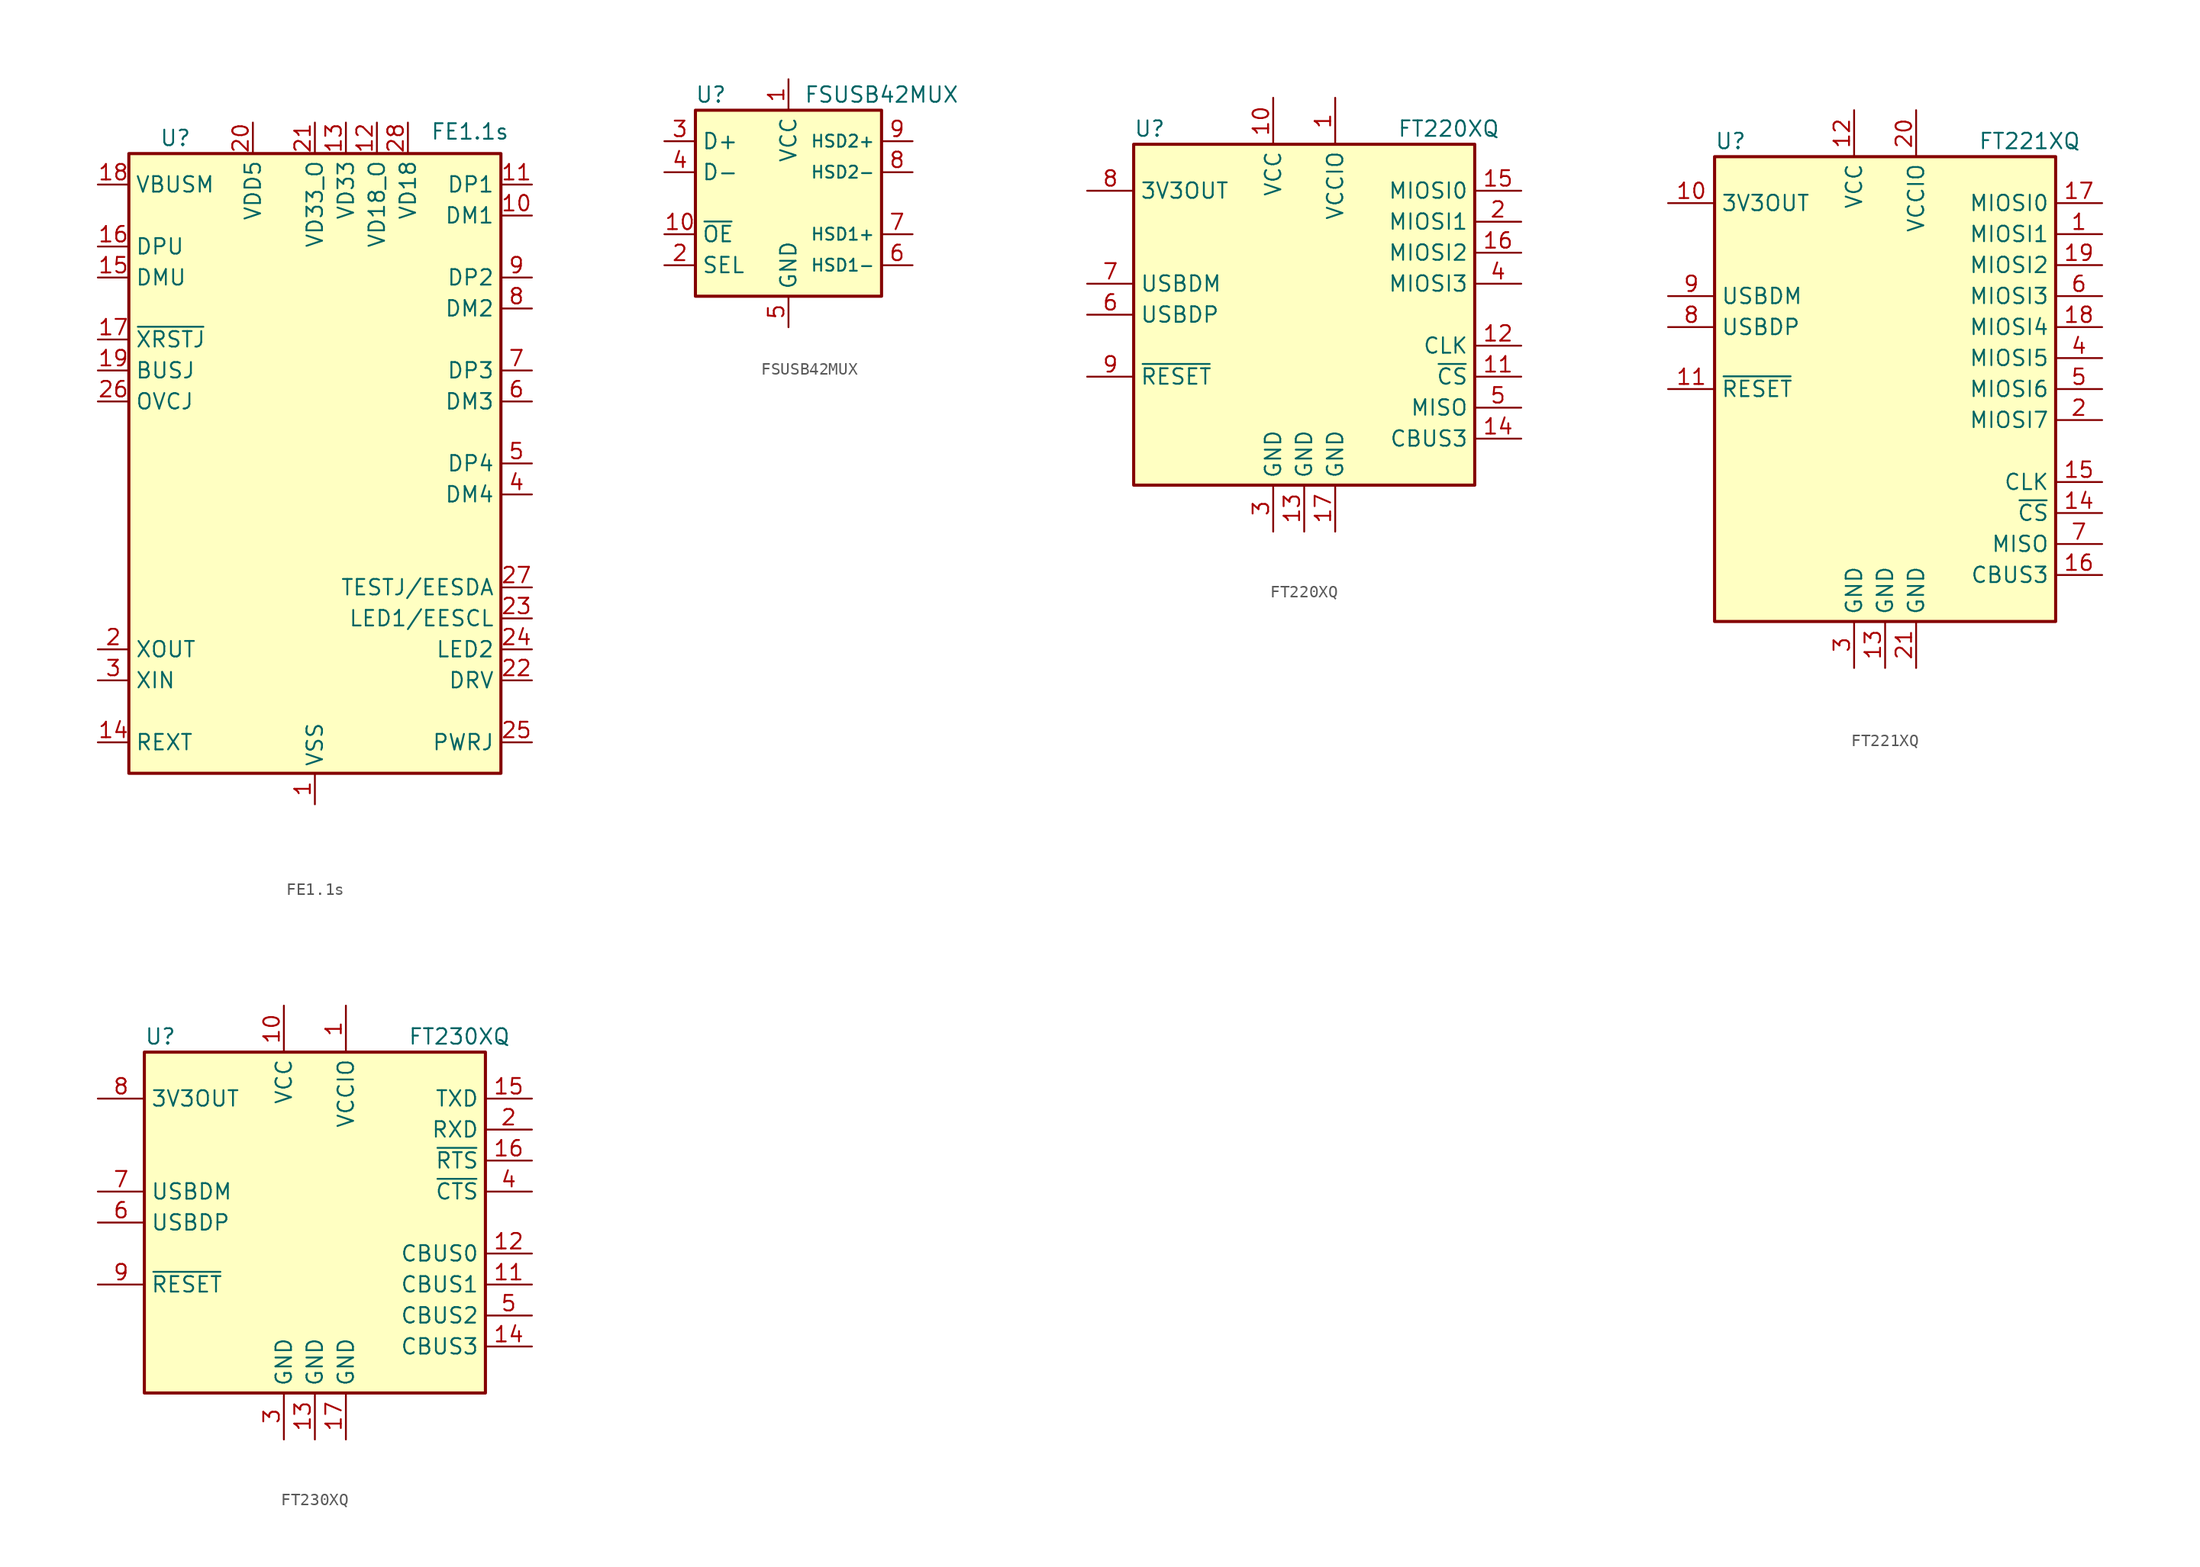
<source format=kicad_sym>
(kicad_symbol_lib
  (version 20220914)
  (generator kicad_symbol_editor)
  (symbol "FE1.1s"
    (property "Reference" "U"
      (at -11.43 26.67 0)
      (effects (font (size 1.27 1.27))))
    (property "Value" "FE1.1s"
      (at 12.7 27.94 0)
      (effects (font (size 1.27 1.27)) (justify top)))
    (symbol "FE1.1s_0_1"
      (rectangle (start -15.24 25.4) (end 15.24 -25.4) (stroke (width 0.254) (type default)) (fill (type background))))
    (symbol "FE1.1s_1_1"
      (pin power_in line (at 0 -27.94 90) (length 2.54) (name "VSS" (effects (font (size 1.27 1.27)))) (number "1" (effects (font (size 1.27 1.27)))))
      (pin bidirectional line (at 17.78 20.32 180) (length 2.54) (name "DM1" (effects (font (size 1.27 1.27)))) (number "10" (effects (font (size 1.27 1.27)))))
      (pin bidirectional line (at 17.78 22.86 180) (length 2.54) (name "DP1" (effects (font (size 1.27 1.27)))) (number "11" (effects (font (size 1.27 1.27)))))
      (pin power_out line (at 5.08 27.94 270) (length 2.54) (name "VD18_O" (effects (font (size 1.27 1.27)))) (number "12" (effects (font (size 1.27 1.27)))))
      (pin power_in line (at 2.54 27.94 270) (length 2.54) (name "VD33" (effects (font (size 1.27 1.27)))) (number "13" (effects (font (size 1.27 1.27)))))
      (pin passive line (at -17.78 -22.86 0) (length 2.54) (name "REXT" (effects (font (size 1.27 1.27)))) (number "14" (effects (font (size 1.27 1.27)))))
      (pin bidirectional line (at -17.78 15.24 0) (length 2.54) (name "DMU" (effects (font (size 1.27 1.27)))) (number "15" (effects (font (size 1.27 1.27)))))
      (pin bidirectional line (at -17.78 17.78 0) (length 2.54) (name "DPU" (effects (font (size 1.27 1.27)))) (number "16" (effects (font (size 1.27 1.27)))))
      (pin input line (at -17.78 10.16 0) (length 2.54) (name "~{XRSTJ}" (effects (font (size 1.27 1.27)))) (number "17" (effects (font (size 1.27 1.27)))))
      (pin input line (at -17.78 22.86 0) (length 2.54) (name "VBUSM" (effects (font (size 1.27 1.27)))) (number "18" (effects (font (size 1.27 1.27)))))
      (pin input line (at -17.78 7.62 0) (length 2.54) (name "BUSJ" (effects (font (size 1.27 1.27)))) (number "19" (effects (font (size 1.27 1.27)))))
      (pin output line (at -17.78 -15.24 0) (length 2.54) (name "XOUT" (effects (font (size 1.27 1.27)))) (number "2" (effects (font (size 1.27 1.27)))))
      (pin power_in line (at -5.08 27.94 270) (length 2.54) (name "VDD5" (effects (font (size 1.27 1.27)))) (number "20" (effects (font (size 1.27 1.27)))))
      (pin power_out line (at 0 27.94 270) (length 2.54) (name "VD33_O" (effects (font (size 1.27 1.27)))) (number "21" (effects (font (size 1.27 1.27)))))
      (pin bidirectional line (at 17.78 -17.78 180) (length 2.54) (name "DRV" (effects (font (size 1.27 1.27)))) (number "22" (effects (font (size 1.27 1.27)))))
      (pin bidirectional line (at 17.78 -12.7 180) (length 2.54) (name "LED1/EESCL" (effects (font (size 1.27 1.27)))) (number "23" (effects (font (size 1.27 1.27)))))
      (pin bidirectional line (at 17.78 -15.24 180) (length 2.54) (name "LED2" (effects (font (size 1.27 1.27)))) (number "24" (effects (font (size 1.27 1.27)))))
      (pin output line (at 17.78 -22.86 180) (length 2.54) (name "PWRJ" (effects (font (size 1.27 1.27)))) (number "25" (effects (font (size 1.27 1.27)))))
      (pin input line (at -17.78 5.08 0) (length 2.54) (name "OVCJ" (effects (font (size 1.27 1.27)))) (number "26" (effects (font (size 1.27 1.27)))))
      (pin bidirectional line (at 17.78 -10.16 180) (length 2.54) (name "TESTJ/EESDA" (effects (font (size 1.27 1.27)))) (number "27" (effects (font (size 1.27 1.27)))))
      (pin power_in line (at 7.62 27.94 270) (length 2.54) (name "VD18" (effects (font (size 1.27 1.27)))) (number "28" (effects (font (size 1.27 1.27)))))
      (pin input line (at -17.78 -17.78 0) (length 2.54) (name "XIN" (effects (font (size 1.27 1.27)))) (number "3" (effects (font (size 1.27 1.27)))))
      (pin bidirectional line (at 17.78 -2.54 180) (length 2.54) (name "DM4" (effects (font (size 1.27 1.27)))) (number "4" (effects (font (size 1.27 1.27)))))
      (pin bidirectional line (at 17.78 0 180) (length 2.54) (name "DP4" (effects (font (size 1.27 1.27)))) (number "5" (effects (font (size 1.27 1.27)))))
      (pin bidirectional line (at 17.78 5.08 180) (length 2.54) (name "DM3" (effects (font (size 1.27 1.27)))) (number "6" (effects (font (size 1.27 1.27)))))
      (pin bidirectional line (at 17.78 7.62 180) (length 2.54) (name "DP3" (effects (font (size 1.27 1.27)))) (number "7" (effects (font (size 1.27 1.27)))))
      (pin bidirectional line (at 17.78 12.7 180) (length 2.54) (name "DM2" (effects (font (size 1.27 1.27)))) (number "8" (effects (font (size 1.27 1.27)))))
      (pin bidirectional line (at 17.78 15.24 180) (length 2.54) (name "DP2" (effects (font (size 1.27 1.27)))) (number "9" (effects (font (size 1.27 1.27)))))))
  (symbol "FSUSB42MUX"
    (property "Reference" "U"
      (at -6.35 8.89 0)
      (effects (font (size 1.27 1.27))))
    (property "Value" "FSUSB42MUX"
      (at 7.62 8.89 0)
      (effects (font (size 1.27 1.27))))
    (symbol "FSUSB42MUX_0_1"
      (rectangle (start 7.62 7.62) (end -7.62 -7.62) (stroke (width 0.254) (type default)) (fill (type background))))
    (symbol "FSUSB42MUX_1_1"
      (pin power_in line (at 0 10.16 270) (length 2.54) (name "VCC" (effects (font (size 1.27 1.27)))) (number "1" (effects (font (size 1.27 1.27)))))
      (pin input line (at -10.16 -2.54 0) (length 2.54) (name "~{OE}" (effects (font (size 1.27 1.27)))) (number "10" (effects (font (size 1.27 1.27)))))
      (pin input line (at -10.16 -5.08 0) (length 2.54) (name "SEL" (effects (font (size 1.27 1.27)))) (number "2" (effects (font (size 1.27 1.27)))))
      (pin bidirectional line (at -10.16 5.08 0) (length 2.54) (name "D+" (effects (font (size 1.27 1.27)))) (number "3" (effects (font (size 1.27 1.27)))))
      (pin bidirectional line (at -10.16 2.54 0) (length 2.54) (name "D-" (effects (font (size 1.27 1.27)))) (number "4" (effects (font (size 1.27 1.27)))))
      (pin power_in line (at 0 -10.16 90) (length 2.54) (name "GND" (effects (font (size 1.27 1.27)))) (number "5" (effects (font (size 1.27 1.27)))))
      (pin bidirectional line (at 10.16 -5.08 180) (length 2.54) (name "HSD1-" (effects (font (size 0.991 0.991)))) (number "6" (effects (font (size 1.27 1.27)))))
      (pin bidirectional line (at 10.16 -2.54 180) (length 2.54) (name "HSD1+" (effects (font (size 0.991 0.991)))) (number "7" (effects (font (size 1.27 1.27)))))
      (pin bidirectional line (at 10.16 2.54 180) (length 2.54) (name "HSD2-" (effects (font (size 0.991 0.991)))) (number "8" (effects (font (size 1.27 1.27)))))
      (pin bidirectional line (at 10.16 5.08 180) (length 2.54) (name "HSD2+" (effects (font (size 0.991 0.991)))) (number "9" (effects (font (size 1.27 1.27)))))))
  (symbol "FT220XQ"
    (property "Reference" "U"
      (at -13.97 15.24 0)
      (effects (font (size 1.27 1.27)) (justify left)))
    (property "Value" "FT220XQ"
      (at 7.62 15.24 0)
      (effects (font (size 1.27 1.27)) (justify left)))
    (symbol "FT220XQ_0_1"
      (rectangle (start -13.97 13.97) (end 13.97 -13.97) (stroke (width 0.254) (type default)) (fill (type background))))
    (symbol "FT220XQ_1_1"
      (pin power_in line (at 2.54 17.78 270) (length 3.81) (name "VCCIO" (effects (font (size 1.27 1.27)))) (number "1" (effects (font (size 1.27 1.27)))))
      (pin power_in line (at -2.54 17.78 270) (length 3.81) (name "VCC" (effects (font (size 1.27 1.27)))) (number "10" (effects (font (size 1.27 1.27)))))
      (pin input line (at 17.78 -5.08 180) (length 3.81) (name "~{CS}" (effects (font (size 1.27 1.27)))) (number "11" (effects (font (size 1.27 1.27)))))
      (pin input line (at 17.78 -2.54 180) (length 3.81) (name "CLK" (effects (font (size 1.27 1.27)))) (number "12" (effects (font (size 1.27 1.27)))))
      (pin power_in line (at 0 -17.78 90) (length 3.81) (name "GND" (effects (font (size 1.27 1.27)))) (number "13" (effects (font (size 1.27 1.27)))))
      (pin bidirectional line (at 17.78 -10.16 180) (length 3.81) (name "CBUS3" (effects (font (size 1.27 1.27)))) (number "14" (effects (font (size 1.27 1.27)))))
      (pin input line (at 17.78 10.16 180) (length 3.81) (name "MIOSI0" (effects (font (size 1.27 1.27)))) (number "15" (effects (font (size 1.27 1.27)))))
      (pin input line (at 17.78 5.08 180) (length 3.81) (name "MIOSI2" (effects (font (size 1.27 1.27)))) (number "16" (effects (font (size 1.27 1.27)))))
      (pin power_in line (at 2.54 -17.78 90) (length 3.81) (name "GND" (effects (font (size 1.27 1.27)))) (number "17" (effects (font (size 1.27 1.27)))))
      (pin input line (at 17.78 7.62 180) (length 3.81) (name "MIOSI1" (effects (font (size 1.27 1.27)))) (number "2" (effects (font (size 1.27 1.27)))))
      (pin power_in line (at -2.54 -17.78 90) (length 3.81) (name "GND" (effects (font (size 1.27 1.27)))) (number "3" (effects (font (size 1.27 1.27)))))
      (pin input line (at 17.78 2.54 180) (length 3.81) (name "MIOSI3" (effects (font (size 1.27 1.27)))) (number "4" (effects (font (size 1.27 1.27)))))
      (pin input line (at 17.78 -7.62 180) (length 3.81) (name "MISO" (effects (font (size 1.27 1.27)))) (number "5" (effects (font (size 1.27 1.27)))))
      (pin bidirectional line (at -17.78 0 0) (length 3.81) (name "USBDP" (effects (font (size 1.27 1.27)))) (number "6" (effects (font (size 1.27 1.27)))))
      (pin bidirectional line (at -17.78 2.54 0) (length 3.81) (name "USBDM" (effects (font (size 1.27 1.27)))) (number "7" (effects (font (size 1.27 1.27)))))
      (pin power_out line (at -17.78 10.16 0) (length 3.81) (name "3V3OUT" (effects (font (size 1.27 1.27)))) (number "8" (effects (font (size 1.27 1.27)))))
      (pin input line (at -17.78 -5.08 0) (length 3.81) (name "~{RESET}" (effects (font (size 1.27 1.27)))) (number "9" (effects (font (size 1.27 1.27)))))))
  (symbol "FT221XQ"
    (property "Reference" "U"
      (at -13.97 20.32 0)
      (effects (font (size 1.27 1.27)) (justify left)))
    (property "Value" "FT221XQ"
      (at 7.62 20.32 0)
      (effects (font (size 1.27 1.27)) (justify left)))
    (symbol "FT221XQ_0_1"
      (rectangle (start -13.97 19.05) (end 13.97 -19.05) (stroke (width 0.254) (type default)) (fill (type background))))
    (symbol "FT221XQ_1_1"
      (pin input line (at 17.78 12.7 180) (length 3.81) (name "MIOSI1" (effects (font (size 1.27 1.27)))) (number "1" (effects (font (size 1.27 1.27)))))
      (pin power_out line (at -17.78 15.24 0) (length 3.81) (name "3V3OUT" (effects (font (size 1.27 1.27)))) (number "10" (effects (font (size 1.27 1.27)))))
      (pin input line (at -17.78 0 0) (length 3.81) (name "~{RESET}" (effects (font (size 1.27 1.27)))) (number "11" (effects (font (size 1.27 1.27)))))
      (pin power_in line (at -2.54 22.86 270) (length 3.81) (name "VCC" (effects (font (size 1.27 1.27)))) (number "12" (effects (font (size 1.27 1.27)))))
      (pin power_in line (at 0 -22.86 90) (length 3.81) (name "GND" (effects (font (size 1.27 1.27)))) (number "13" (effects (font (size 1.27 1.27)))))
      (pin input line (at 17.78 -10.16 180) (length 3.81) (name "~{CS}" (effects (font (size 1.27 1.27)))) (number "14" (effects (font (size 1.27 1.27)))))
      (pin input line (at 17.78 -7.62 180) (length 3.81) (name "CLK" (effects (font (size 1.27 1.27)))) (number "15" (effects (font (size 1.27 1.27)))))
      (pin bidirectional line (at 17.78 -15.24 180) (length 3.81) (name "CBUS3" (effects (font (size 1.27 1.27)))) (number "16" (effects (font (size 1.27 1.27)))))
      (pin input line (at 17.78 15.24 180) (length 3.81) (name "MIOSI0" (effects (font (size 1.27 1.27)))) (number "17" (effects (font (size 1.27 1.27)))))
      (pin input line (at 17.78 5.08 180) (length 3.81) (name "MIOSI4" (effects (font (size 1.27 1.27)))) (number "18" (effects (font (size 1.27 1.27)))))
      (pin input line (at 17.78 10.16 180) (length 3.81) (name "MIOSI2" (effects (font (size 1.27 1.27)))) (number "19" (effects (font (size 1.27 1.27)))))
      (pin input line (at 17.78 -2.54 180) (length 3.81) (name "MIOSI7" (effects (font (size 1.27 1.27)))) (number "2" (effects (font (size 1.27 1.27)))))
      (pin power_in line (at 2.54 22.86 270) (length 3.81) (name "VCCIO" (effects (font (size 1.27 1.27)))) (number "20" (effects (font (size 1.27 1.27)))))
      (pin power_in line (at 2.54 -22.86 90) (length 3.81) (name "GND" (effects (font (size 1.27 1.27)))) (number "21" (effects (font (size 1.27 1.27)))))
      (pin power_in line (at -2.54 -22.86 90) (length 3.81) (name "GND" (effects (font (size 1.27 1.27)))) (number "3" (effects (font (size 1.27 1.27)))))
      (pin input line (at 17.78 2.54 180) (length 3.81) (name "MIOSI5" (effects (font (size 1.27 1.27)))) (number "4" (effects (font (size 1.27 1.27)))))
      (pin input line (at 17.78 0 180) (length 3.81) (name "MIOSI6" (effects (font (size 1.27 1.27)))) (number "5" (effects (font (size 1.27 1.27)))))
      (pin input line (at 17.78 7.62 180) (length 3.81) (name "MIOSI3" (effects (font (size 1.27 1.27)))) (number "6" (effects (font (size 1.27 1.27)))))
      (pin input line (at 17.78 -12.7 180) (length 3.81) (name "MISO" (effects (font (size 1.27 1.27)))) (number "7" (effects (font (size 1.27 1.27)))))
      (pin bidirectional line (at -17.78 5.08 0) (length 3.81) (name "USBDP" (effects (font (size 1.27 1.27)))) (number "8" (effects (font (size 1.27 1.27)))))
      (pin bidirectional line (at -17.78 7.62 0) (length 3.81) (name "USBDM" (effects (font (size 1.27 1.27)))) (number "9" (effects (font (size 1.27 1.27)))))))
  (symbol "FT230XQ"
    (property "Reference" "U"
      (at -13.97 15.24 0)
      (effects (font (size 1.27 1.27)) (justify left)))
    (property "Value" "FT230XQ"
      (at 7.62 15.24 0)
      (effects (font (size 1.27 1.27)) (justify left)))
    (symbol "FT230XQ_0_1"
      (rectangle (start -13.97 13.97) (end 13.97 -13.97) (stroke (width 0.254) (type default)) (fill (type background))))
    (symbol "FT230XQ_1_1"
      (pin power_in line (at 2.54 17.78 270) (length 3.81) (name "VCCIO" (effects (font (size 1.27 1.27)))) (number "1" (effects (font (size 1.27 1.27)))))
      (pin power_in line (at -2.54 17.78 270) (length 3.81) (name "VCC" (effects (font (size 1.27 1.27)))) (number "10" (effects (font (size 1.27 1.27)))))
      (pin bidirectional line (at 17.78 -5.08 180) (length 3.81) (name "CBUS1" (effects (font (size 1.27 1.27)))) (number "11" (effects (font (size 1.27 1.27)))))
      (pin bidirectional line (at 17.78 -2.54 180) (length 3.81) (name "CBUS0" (effects (font (size 1.27 1.27)))) (number "12" (effects (font (size 1.27 1.27)))))
      (pin power_in line (at 0 -17.78 90) (length 3.81) (name "GND" (effects (font (size 1.27 1.27)))) (number "13" (effects (font (size 1.27 1.27)))))
      (pin bidirectional line (at 17.78 -10.16 180) (length 3.81) (name "CBUS3" (effects (font (size 1.27 1.27)))) (number "14" (effects (font (size 1.27 1.27)))))
      (pin output line (at 17.78 10.16 180) (length 3.81) (name "TXD" (effects (font (size 1.27 1.27)))) (number "15" (effects (font (size 1.27 1.27)))))
      (pin output line (at 17.78 5.08 180) (length 3.81) (name "~{RTS}" (effects (font (size 1.27 1.27)))) (number "16" (effects (font (size 1.27 1.27)))))
      (pin power_in line (at 2.54 -17.78 90) (length 3.81) (name "GND" (effects (font (size 1.27 1.27)))) (number "17" (effects (font (size 1.27 1.27)))))
      (pin input line (at 17.78 7.62 180) (length 3.81) (name "RXD" (effects (font (size 1.27 1.27)))) (number "2" (effects (font (size 1.27 1.27)))))
      (pin power_in line (at -2.54 -17.78 90) (length 3.81) (name "GND" (effects (font (size 1.27 1.27)))) (number "3" (effects (font (size 1.27 1.27)))))
      (pin input line (at 17.78 2.54 180) (length 3.81) (name "~{CTS}" (effects (font (size 1.27 1.27)))) (number "4" (effects (font (size 1.27 1.27)))))
      (pin bidirectional line (at 17.78 -7.62 180) (length 3.81) (name "CBUS2" (effects (font (size 1.27 1.27)))) (number "5" (effects (font (size 1.27 1.27)))))
      (pin bidirectional line (at -17.78 0 0) (length 3.81) (name "USBDP" (effects (font (size 1.27 1.27)))) (number "6" (effects (font (size 1.27 1.27)))))
      (pin bidirectional line (at -17.78 2.54 0) (length 3.81) (name "USBDM" (effects (font (size 1.27 1.27)))) (number "7" (effects (font (size 1.27 1.27)))))
      (pin power_out line (at -17.78 10.16 0) (length 3.81) (name "3V3OUT" (effects (font (size 1.27 1.27)))) (number "8" (effects (font (size 1.27 1.27)))))
      (pin input line (at -17.78 -5.08 0) (length 3.81) (name "~{RESET}" (effects (font (size 1.27 1.27)))) (number "9" (effects (font (size 1.27 1.27))))))))
</source>
